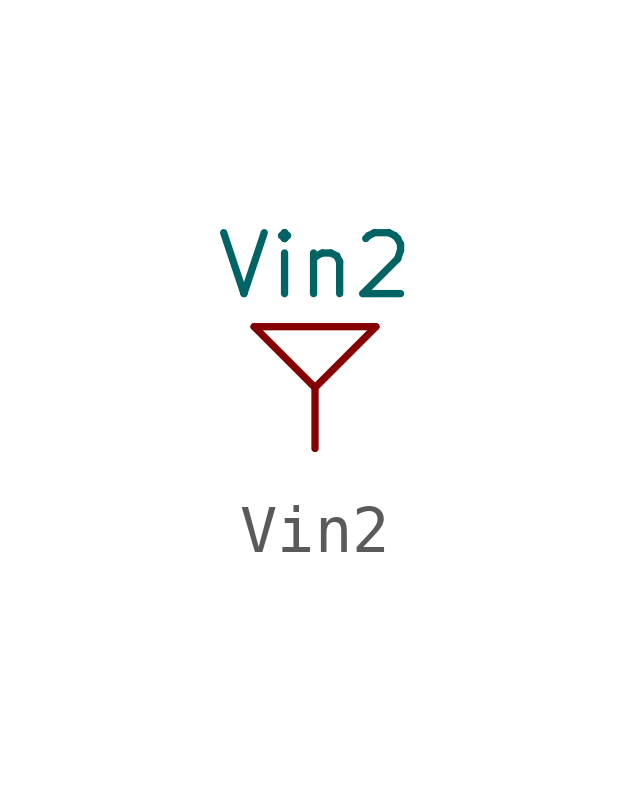
<source format=kicad_sym>
(kicad_symbol_lib
  (version 20211014)
  (generator kicad_symbol_editor)
  (symbol "Vin2"
    (power)
    (pin_names
      (offset 0))
    (property "Reference" "#PWR"
      (at 0 -2.54 0)
      (effects (font (size 1.27 1.27)) hide))
    (property "Value" "Vin2"
      (at 0 3.81 0)
      (effects (font (size 1.27 1.27))))
    (symbol "Vin2_0_1"
      (rectangle (start -1.27 2.54) (end 1.27 2.54) (stroke (width 0) (type default) (color 0 0 0 0)) (fill (type none)))
      (polyline (pts (xy -1.27 2.54) (xy 0 1.27)) (stroke (width 0) (type default) (color 0 0 0 0)) (fill (type none)))
      (polyline (pts (xy 0 0) (xy 0 1.27)) (stroke (width 0) (type default) (color 0 0 0 0)) (fill (type none)))
      (polyline (pts (xy 0 1.27) (xy 1.27 2.54)) (stroke (width 0) (type default) (color 0 0 0 0)) (fill (type none))))
    (symbol "Vin2_1_1"
      (pin power_in line (at 0 0 180) (length 0) hide (name "Vin2" (effects (font (size 1.27 1.27)))) (number "1" (effects (font (size 1.27 1.27))))))))
</source>
